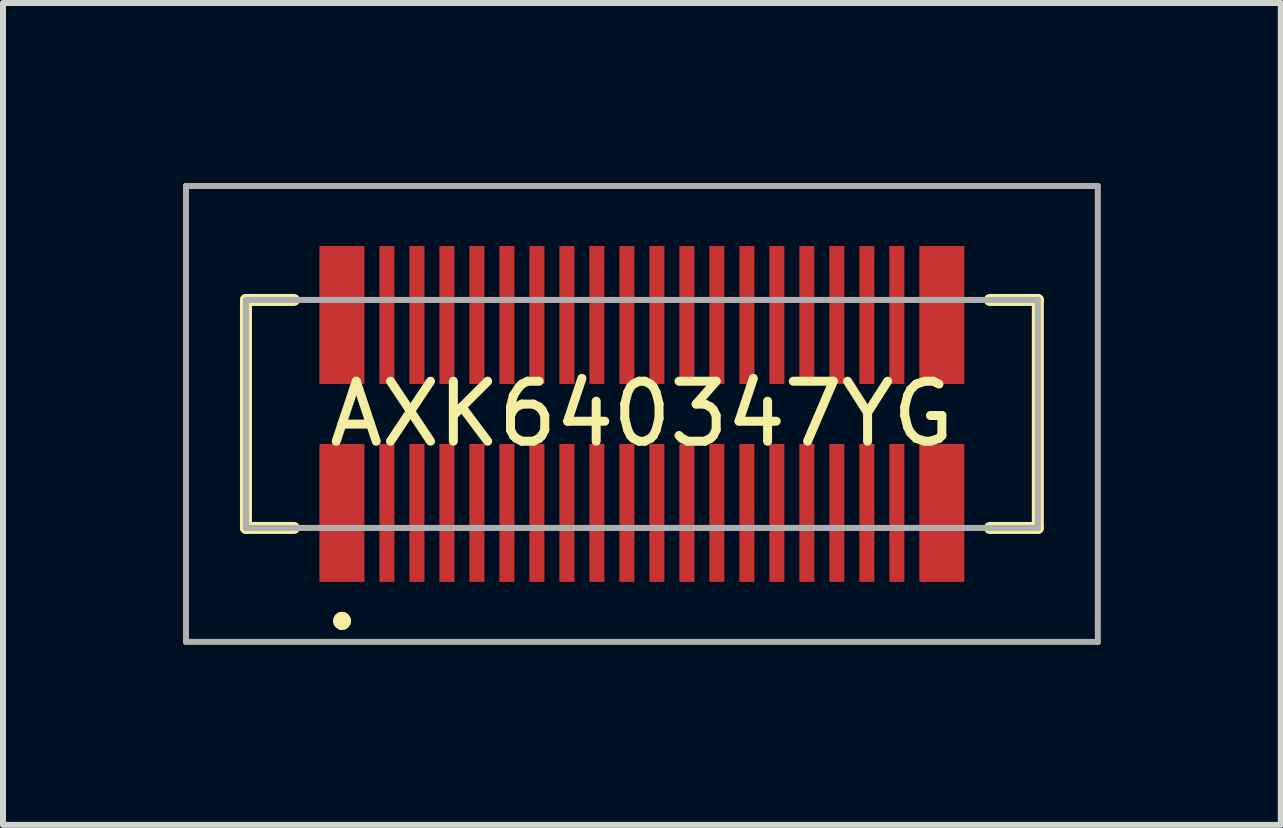
<source format=kicad_pcb>
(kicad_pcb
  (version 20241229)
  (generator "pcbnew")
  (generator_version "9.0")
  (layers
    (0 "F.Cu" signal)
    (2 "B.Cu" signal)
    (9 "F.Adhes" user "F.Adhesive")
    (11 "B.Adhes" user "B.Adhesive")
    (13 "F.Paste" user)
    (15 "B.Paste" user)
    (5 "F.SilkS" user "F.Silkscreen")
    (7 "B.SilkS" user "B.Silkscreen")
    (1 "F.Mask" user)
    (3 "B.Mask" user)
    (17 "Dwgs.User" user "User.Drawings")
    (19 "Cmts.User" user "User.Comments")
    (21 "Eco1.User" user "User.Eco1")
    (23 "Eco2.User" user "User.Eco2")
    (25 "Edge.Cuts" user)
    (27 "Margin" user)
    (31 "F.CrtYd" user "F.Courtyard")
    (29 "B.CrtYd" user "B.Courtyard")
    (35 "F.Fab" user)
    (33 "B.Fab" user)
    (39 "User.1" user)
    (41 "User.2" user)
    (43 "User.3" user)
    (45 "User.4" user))
  (footprint "AXK640347YG"
    (layer "F.Cu")
    (at 7.65 3.85)
    (property "Reference" "AXK640347YG" (at 0 0 0) (layer "F.SilkS") (effects (font (size 1 1) (thickness 0.15))))
    (attr smd)
    (fp_line (start -6.6 -1.9) (end -6.6 1.9) (stroke (width 0.2) (type solid)) (layer "F.SilkS"))
    (fp_line (start -6.6 1.9) (end -5.8 1.9) (stroke (width 0.2) (type solid)) (layer "F.SilkS"))
    (fp_line (start -5.8 -1.9) (end -6.6 -1.9) (stroke (width 0.2) (type solid)) (layer "F.SilkS"))
    (fp_line (start -5 3.4) (end -5 3.4) (stroke (width 0.2) (type solid)) (layer "F.SilkS"))
    (fp_line (start -5 3.5) (end -5 3.5) (stroke (width 0.2) (type solid)) (layer "F.SilkS"))
    (fp_line (start -5 3.5) (end -5 3.5) (stroke (width 0.2) (type solid)) (layer "F.SilkS"))
    (fp_line (start 5.8 -1.9) (end 6.6 -1.9) (stroke (width 0.2) (type solid)) (layer "F.SilkS"))
    (fp_line (start 6.6 -1.9) (end 6.6 1.9) (stroke (width 0.2) (type solid)) (layer "F.SilkS"))
    (fp_line (start 6.6 1.9) (end 5.8 1.9) (stroke (width 0.2) (type solid)) (layer "F.SilkS"))
    (fp_arc (start -5 3.4) (mid -4.95 3.45) (end -5 3.5) (stroke (width 0.2) (type solid)) (layer "F.SilkS"))
    (fp_arc (start -5 3.4) (mid -4.95 3.45) (end -5 3.5) (stroke (width 0.2) (type solid)) (layer "F.SilkS"))
    (fp_arc (start -5 3.5) (mid -5.05 3.45) (end -5 3.4) (stroke (width 0.2) (type solid)) (layer "F.SilkS"))
    (fp_line (start -7.6 -3.8) (end 7.6 -3.8) (stroke (width 0.1) (type solid)) (layer "F.Fab"))
    (fp_line (start -7.6 3.8) (end -7.6 -3.8) (stroke (width 0.1) (type solid)) (layer "F.Fab"))
    (fp_line (start -6.6 -1.9) (end 6.6 -1.9) (stroke (width 0.1) (type solid)) (layer "F.Fab"))
    (fp_line (start -6.6 1.9) (end -6.6 -1.9) (stroke (width 0.1) (type solid)) (layer "F.Fab"))
    (fp_line (start 6.6 -1.9) (end 6.6 1.9) (stroke (width 0.1) (type solid)) (layer "F.Fab"))
    (fp_line (start 6.6 1.9) (end -6.6 1.9) (stroke (width 0.1) (type solid)) (layer "F.Fab"))
    (fp_line (start 7.6 -3.8) (end 7.6 3.8) (stroke (width 0.1) (type solid)) (layer "F.Fab"))
    (fp_line (start 7.6 3.8) (end -7.6 3.8) (stroke (width 0.1) (type solid)) (layer "F.Fab"))
    (pad "1" smd rect (at -5 1.65 90) (size 2.3 0.75) (layers "F.Cu" "F.Mask" "F.Paste"))
    (pad "2" smd rect (at -5 -1.65 90) (size 2.3 0.75) (layers "F.Cu" "F.Mask" "F.Paste"))
    (pad "3" smd rect (at -4.25 1.65 90) (size 2.3 0.25) (layers "F.Cu" "F.Mask" "F.Paste"))
    (pad "4" smd rect (at -4.25 -1.65 90) (size 2.3 0.25) (layers "F.Cu" "F.Mask" "F.Paste"))
    (pad "5" smd rect (at -3.75 1.65 90) (size 2.3 0.25) (layers "F.Cu" "F.Mask" "F.Paste"))
    (pad "6" smd rect (at -3.75 -1.65 90) (size 2.3 0.25) (layers "F.Cu" "F.Mask" "F.Paste"))
    (pad "7" smd rect (at -3.25 1.65 90) (size 2.3 0.25) (layers "F.Cu" "F.Mask" "F.Paste"))
    (pad "8" smd rect (at -3.25 -1.65 90) (size 2.3 0.25) (layers "F.Cu" "F.Mask" "F.Paste"))
    (pad "9" smd rect (at -2.75 1.65 90) (size 2.3 0.25) (layers "F.Cu" "F.Mask" "F.Paste"))
    (pad "10" smd rect (at -2.75 -1.65 90) (size 2.3 0.25) (layers "F.Cu" "F.Mask" "F.Paste"))
    (pad "11" smd rect (at -2.25 1.65 90) (size 2.3 0.25) (layers "F.Cu" "F.Mask" "F.Paste"))
    (pad "12" smd rect (at -2.25 -1.65 90) (size 2.3 0.25) (layers "F.Cu" "F.Mask" "F.Paste"))
    (pad "13" smd rect (at -1.75 1.65 90) (size 2.3 0.25) (layers "F.Cu" "F.Mask" "F.Paste"))
    (pad "14" smd rect (at -1.75 -1.65 90) (size 2.3 0.25) (layers "F.Cu" "F.Mask" "F.Paste"))
    (pad "15" smd rect (at -1.25 1.65 90) (size 2.3 0.25) (layers "F.Cu" "F.Mask" "F.Paste"))
    (pad "16" smd rect (at -1.25 -1.65 90) (size 2.3 0.25) (layers "F.Cu" "F.Mask" "F.Paste"))
    (pad "17" smd rect (at -0.75 1.65 90) (size 2.3 0.25) (layers "F.Cu" "F.Mask" "F.Paste"))
    (pad "18" smd rect (at -0.75 -1.65 90) (size 2.3 0.25) (layers "F.Cu" "F.Mask" "F.Paste"))
    (pad "19" smd rect (at -0.25 1.65 90) (size 2.3 0.25) (layers "F.Cu" "F.Mask" "F.Paste"))
    (pad "20" smd rect (at -0.25 -1.65 90) (size 2.3 0.25) (layers "F.Cu" "F.Mask" "F.Paste"))
    (pad "21" smd rect (at 0.25 1.65 90) (size 2.3 0.25) (layers "F.Cu" "F.Mask" "F.Paste"))
    (pad "22" smd rect (at 0.25 -1.65 90) (size 2.3 0.25) (layers "F.Cu" "F.Mask" "F.Paste"))
    (pad "23" smd rect (at 0.75 1.65 90) (size 2.3 0.25) (layers "F.Cu" "F.Mask" "F.Paste"))
    (pad "24" smd rect (at 0.75 -1.65 90) (size 2.3 0.25) (layers "F.Cu" "F.Mask" "F.Paste"))
    (pad "25" smd rect (at 1.25 1.65 90) (size 2.3 0.25) (layers "F.Cu" "F.Mask" "F.Paste"))
    (pad "26" smd rect (at 1.25 -1.65 90) (size 2.3 0.25) (layers "F.Cu" "F.Mask" "F.Paste"))
    (pad "27" smd rect (at 1.75 1.65 90) (size 2.3 0.25) (layers "F.Cu" "F.Mask" "F.Paste"))
    (pad "28" smd rect (at 1.75 -1.65 90) (size 2.3 0.25) (layers "F.Cu" "F.Mask" "F.Paste"))
    (pad "29" smd rect (at 2.25 1.65 90) (size 2.3 0.25) (layers "F.Cu" "F.Mask" "F.Paste"))
    (pad "30" smd rect (at 2.25 -1.65 90) (size 2.3 0.25) (layers "F.Cu" "F.Mask" "F.Paste"))
    (pad "31" smd rect (at 2.75 1.65 90) (size 2.3 0.25) (layers "F.Cu" "F.Mask" "F.Paste"))
    (pad "32" smd rect (at 2.75 -1.65 90) (size 2.3 0.25) (layers "F.Cu" "F.Mask" "F.Paste"))
    (pad "33" smd rect (at 3.25 1.65 90) (size 2.3 0.25) (layers "F.Cu" "F.Mask" "F.Paste"))
    (pad "34" smd rect (at 3.25 -1.65 90) (size 2.3 0.25) (layers "F.Cu" "F.Mask" "F.Paste"))
    (pad "35" smd rect (at 3.75 1.65 90) (size 2.3 0.25) (layers "F.Cu" "F.Mask" "F.Paste"))
    (pad "36" smd rect (at 3.75 -1.65 90) (size 2.3 0.25) (layers "F.Cu" "F.Mask" "F.Paste"))
    (pad "37" smd rect (at 4.25 1.65 90) (size 2.3 0.25) (layers "F.Cu" "F.Mask" "F.Paste"))
    (pad "38" smd rect (at 4.25 -1.65 90) (size 2.3 0.25) (layers "F.Cu" "F.Mask" "F.Paste"))
    (pad "39" smd rect (at 5 1.65 90) (size 2.3 0.75) (layers "F.Cu" "F.Mask" "F.Paste"))
    (pad "40" smd rect (at 5 -1.65 90) (size 2.3 0.75) (layers "F.Cu" "F.Mask" "F.Paste")))
  (gr_rect
    (start -3 -3)
    (end 18.3 10.7)
    (stroke (width 0.1) (type default))
    (fill no)
    (layer "Edge.Cuts")))
</source>
